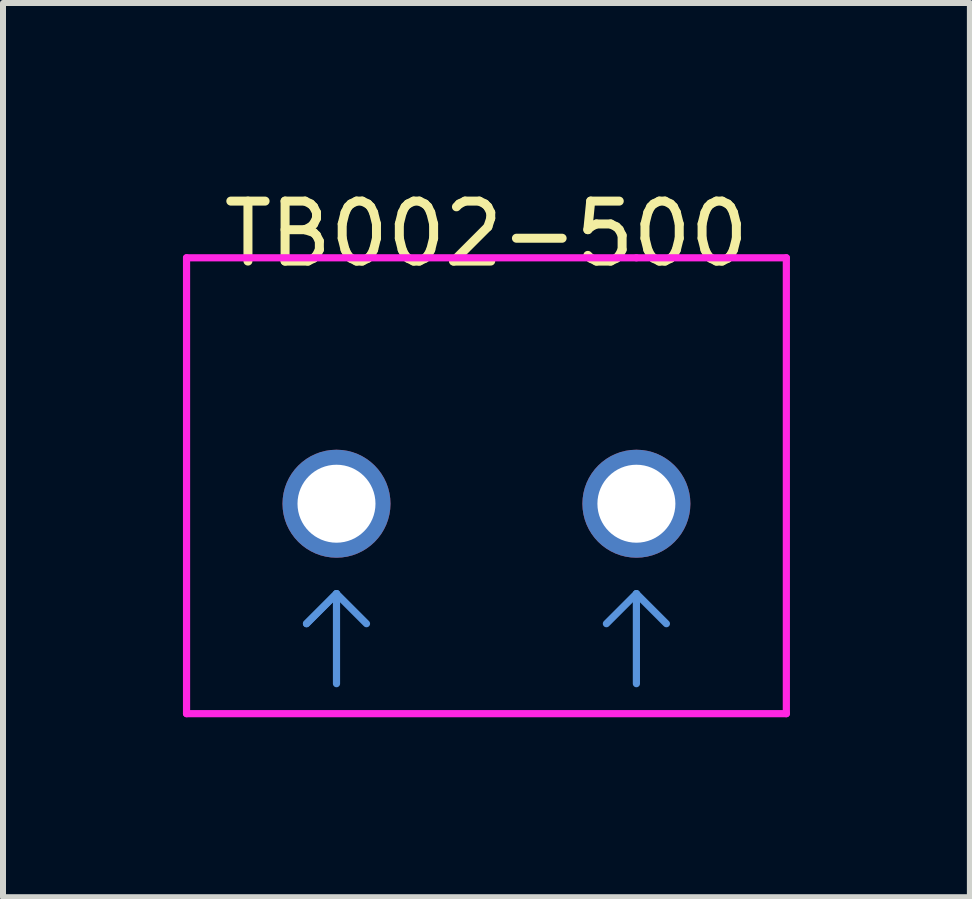
<source format=kicad_pcb>
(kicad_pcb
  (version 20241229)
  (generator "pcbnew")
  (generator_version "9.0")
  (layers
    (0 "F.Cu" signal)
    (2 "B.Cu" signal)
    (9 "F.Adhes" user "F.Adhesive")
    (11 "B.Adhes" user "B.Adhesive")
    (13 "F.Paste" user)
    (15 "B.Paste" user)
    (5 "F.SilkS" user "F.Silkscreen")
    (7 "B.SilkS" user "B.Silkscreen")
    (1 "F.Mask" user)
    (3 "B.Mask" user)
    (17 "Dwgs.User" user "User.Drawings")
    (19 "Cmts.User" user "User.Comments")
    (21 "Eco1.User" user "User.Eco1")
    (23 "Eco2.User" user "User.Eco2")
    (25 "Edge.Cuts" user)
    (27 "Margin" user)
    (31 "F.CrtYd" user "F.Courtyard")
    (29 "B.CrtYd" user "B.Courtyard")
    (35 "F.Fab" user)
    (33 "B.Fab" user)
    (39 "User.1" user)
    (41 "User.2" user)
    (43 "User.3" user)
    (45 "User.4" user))
  (footprint "TB002-500"
    (layer "F.Cu")
    (at 5.06 0.348)
    (property "Reference" "TB002-500" (at 0 0.5 0) (layer "F.SilkS") (effects (font (size 1 1) (thickness 0.15))))
    (attr through_hole)
    (fp_line (start -3 7) (end -2.5 6.5) (stroke (width 0.12) (type solid)) (layer "Cmts.User"))
    (fp_line (start -2.5 6.5) (end -3 7) (stroke (width 0.12) (type solid)) (layer "Cmts.User"))
    (fp_line (start -2.5 6.5) (end -2 7) (stroke (width 0.12) (type solid)) (layer "Cmts.User"))
    (fp_line (start -2.5 8) (end -2.5 6.5) (stroke (width 0.12) (type solid)) (layer "Cmts.User"))
    (fp_line (start 2.5 6.5) (end 2 7) (stroke (width 0.12) (type solid)) (layer "Cmts.User"))
    (fp_line (start 2.5 6.5) (end 3 7) (stroke (width 0.12) (type solid)) (layer "Cmts.User"))
    (fp_line (start 2.5 8) (end 2.5 6.5) (stroke (width 0.12) (type solid)) (layer "Cmts.User"))
    (fp_line (start -5 0.9) (end 2.5 0.9) (stroke (width 0.12) (type solid)) (layer "F.CrtYd"))
    (fp_line (start -5 8.5) (end -5 0.9) (stroke (width 0.12) (type solid)) (layer "F.CrtYd"))
    (fp_line (start 2.5 0.9) (end 5 0.9) (stroke (width 0.12) (type solid)) (layer "F.CrtYd"))
    (fp_line (start 5 0.9) (end 5 8.5) (stroke (width 0.12) (type solid)) (layer "F.CrtYd"))
    (fp_line (start 5 8.5) (end -5 8.5) (stroke (width 0.12) (type solid)) (layer "F.CrtYd"))
    (pad "1" thru_hole circle (at -2.5 5) (size 1.8 1.8) (drill 1.3) (layers "*.Cu" "*.Mask"))
    (pad "2" thru_hole circle (at 2.5 5) (size 1.8 1.8) (drill 1.3) (layers "*.Cu" "*.Mask")))
  (gr_rect
    (start -3 -3)
    (end 13.12 11.908)
    (stroke (width 0.1) (type default))
    (fill no)
    (layer "Edge.Cuts")))
</source>
